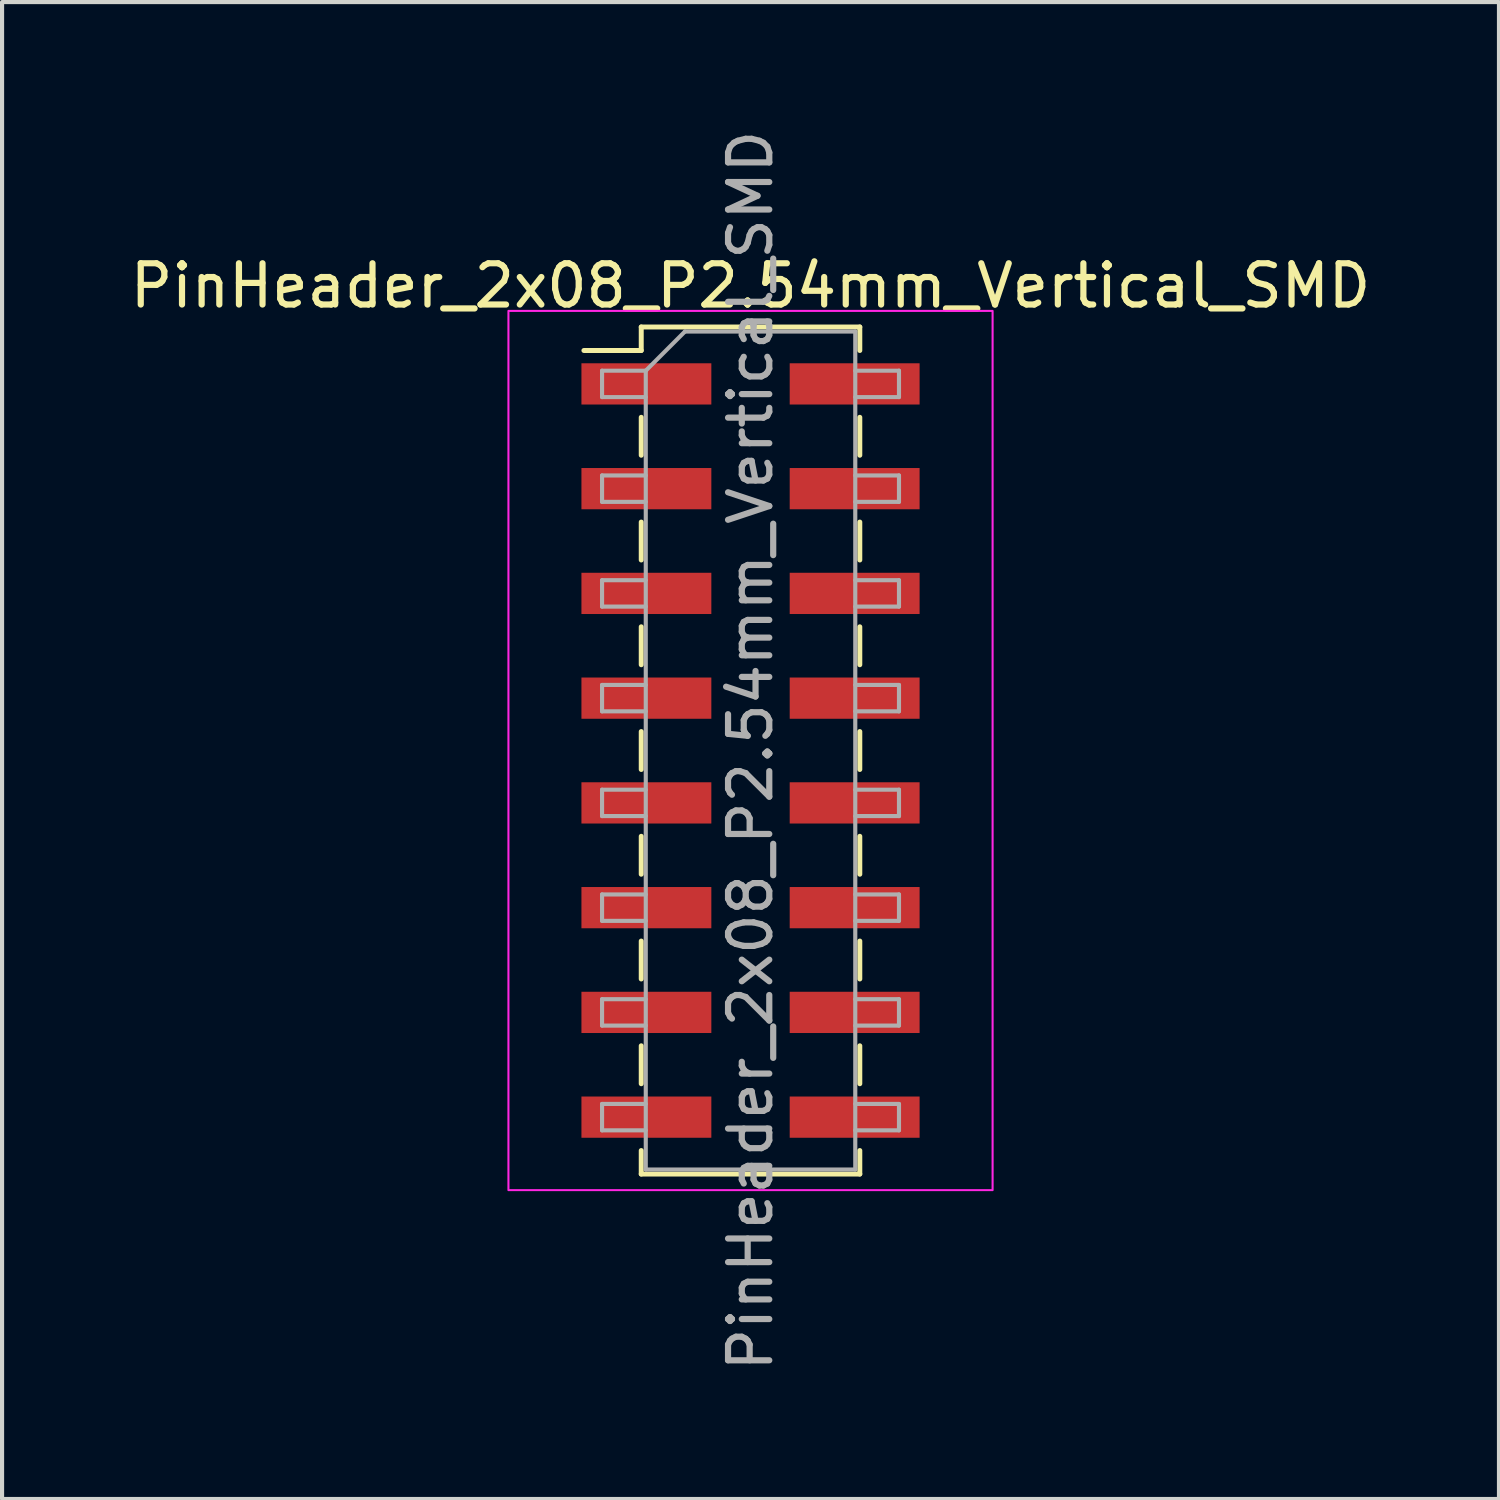
<source format=kicad_pcb>
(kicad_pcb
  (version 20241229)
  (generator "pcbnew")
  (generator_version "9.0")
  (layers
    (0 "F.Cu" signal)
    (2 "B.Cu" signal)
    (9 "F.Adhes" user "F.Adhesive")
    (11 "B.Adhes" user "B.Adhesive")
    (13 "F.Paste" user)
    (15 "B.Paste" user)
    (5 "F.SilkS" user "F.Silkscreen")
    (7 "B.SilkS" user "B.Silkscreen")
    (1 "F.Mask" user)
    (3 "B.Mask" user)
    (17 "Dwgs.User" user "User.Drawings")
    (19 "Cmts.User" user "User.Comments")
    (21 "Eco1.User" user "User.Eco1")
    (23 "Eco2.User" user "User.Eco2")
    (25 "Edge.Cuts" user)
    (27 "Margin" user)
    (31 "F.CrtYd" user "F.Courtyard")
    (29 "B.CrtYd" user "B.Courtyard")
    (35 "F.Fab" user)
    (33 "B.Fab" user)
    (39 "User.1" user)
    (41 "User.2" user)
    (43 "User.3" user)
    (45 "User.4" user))
  (footprint "PinHeader_2x08_P2.54mm_Vertical_SMD"
    (layer "F.Cu")
    (at 15.149 15.149)
    (property "Reference" "PinHeader_2x08_P2.54mm_Vertical_SMD" (at 0 -11.27 0) (layer "F.SilkS") (effects (font (size 1 1) (thickness 0.15))))
    (attr smd)
    (fp_line (start -4.04 -9.7) (end -2.65 -9.7) (stroke (width 0.12) (type solid)) (layer "F.SilkS"))
    (fp_line (start -2.65 -10.27) (end -2.65 -9.7) (stroke (width 0.12) (type solid)) (layer "F.SilkS"))
    (fp_line (start -2.65 -10.27) (end 2.65 -10.27) (stroke (width 0.12) (type solid)) (layer "F.SilkS"))
    (fp_line (start -2.65 -8.08) (end -2.65 -7.16) (stroke (width 0.12) (type solid)) (layer "F.SilkS"))
    (fp_line (start -2.65 -5.54) (end -2.65 -4.62) (stroke (width 0.12) (type solid)) (layer "F.SilkS"))
    (fp_line (start -2.65 -3) (end -2.65 -2.08) (stroke (width 0.12) (type solid)) (layer "F.SilkS"))
    (fp_line (start -2.65 -0.46) (end -2.65 0.46) (stroke (width 0.12) (type solid)) (layer "F.SilkS"))
    (fp_line (start -2.65 2.08) (end -2.65 3) (stroke (width 0.12) (type solid)) (layer "F.SilkS"))
    (fp_line (start -2.65 4.62) (end -2.65 5.54) (stroke (width 0.12) (type solid)) (layer "F.SilkS"))
    (fp_line (start -2.65 7.16) (end -2.65 8.08) (stroke (width 0.12) (type solid)) (layer "F.SilkS"))
    (fp_line (start -2.65 9.7) (end -2.65 10.27) (stroke (width 0.12) (type solid)) (layer "F.SilkS"))
    (fp_line (start -2.65 10.27) (end 2.65 10.27) (stroke (width 0.12) (type solid)) (layer "F.SilkS"))
    (fp_line (start 2.65 -10.27) (end 2.65 -9.7) (stroke (width 0.12) (type solid)) (layer "F.SilkS"))
    (fp_line (start 2.65 -8.08) (end 2.65 -7.16) (stroke (width 0.12) (type solid)) (layer "F.SilkS"))
    (fp_line (start 2.65 -5.54) (end 2.65 -4.62) (stroke (width 0.12) (type solid)) (layer "F.SilkS"))
    (fp_line (start 2.65 -3) (end 2.65 -2.08) (stroke (width 0.12) (type solid)) (layer "F.SilkS"))
    (fp_line (start 2.65 -0.46) (end 2.65 0.46) (stroke (width 0.12) (type solid)) (layer "F.SilkS"))
    (fp_line (start 2.65 2.08) (end 2.65 3) (stroke (width 0.12) (type solid)) (layer "F.SilkS"))
    (fp_line (start 2.65 4.62) (end 2.65 5.54) (stroke (width 0.12) (type solid)) (layer "F.SilkS"))
    (fp_line (start 2.65 7.16) (end 2.65 8.08) (stroke (width 0.12) (type solid)) (layer "F.SilkS"))
    (fp_line (start 2.65 9.7) (end 2.65 10.27) (stroke (width 0.12) (type solid)) (layer "F.SilkS"))
    (fp_rect (start -5.87 -10.66) (end 5.87 10.66) (stroke (width 0.05) (type solid)) (fill no) (layer "F.CrtYd"))
    (fp_line (start -3.6 -9.21) (end -3.6 -8.57) (stroke (width 0.1) (type solid)) (layer "F.Fab"))
    (fp_line (start -3.6 -8.57) (end -2.54 -8.57) (stroke (width 0.1) (type solid)) (layer "F.Fab"))
    (fp_line (start -3.6 -6.67) (end -3.6 -6.03) (stroke (width 0.1) (type solid)) (layer "F.Fab"))
    (fp_line (start -3.6 -6.03) (end -2.54 -6.03) (stroke (width 0.1) (type solid)) (layer "F.Fab"))
    (fp_line (start -3.6 -4.13) (end -3.6 -3.49) (stroke (width 0.1) (type solid)) (layer "F.Fab"))
    (fp_line (start -3.6 -3.49) (end -2.54 -3.49) (stroke (width 0.1) (type solid)) (layer "F.Fab"))
    (fp_line (start -3.6 -1.59) (end -3.6 -0.95) (stroke (width 0.1) (type solid)) (layer "F.Fab"))
    (fp_line (start -3.6 -0.95) (end -2.54 -0.95) (stroke (width 0.1) (type solid)) (layer "F.Fab"))
    (fp_line (start -3.6 0.95) (end -3.6 1.59) (stroke (width 0.1) (type solid)) (layer "F.Fab"))
    (fp_line (start -3.6 1.59) (end -2.54 1.59) (stroke (width 0.1) (type solid)) (layer "F.Fab"))
    (fp_line (start -3.6 3.49) (end -3.6 4.13) (stroke (width 0.1) (type solid)) (layer "F.Fab"))
    (fp_line (start -3.6 4.13) (end -2.54 4.13) (stroke (width 0.1) (type solid)) (layer "F.Fab"))
    (fp_line (start -3.6 6.03) (end -3.6 6.67) (stroke (width 0.1) (type solid)) (layer "F.Fab"))
    (fp_line (start -3.6 6.67) (end -2.54 6.67) (stroke (width 0.1) (type solid)) (layer "F.Fab"))
    (fp_line (start -3.6 8.57) (end -3.6 9.21) (stroke (width 0.1) (type solid)) (layer "F.Fab"))
    (fp_line (start -3.6 9.21) (end -2.54 9.21) (stroke (width 0.1) (type solid)) (layer "F.Fab"))
    (fp_line (start -2.54 -9.21) (end -3.6 -9.21) (stroke (width 0.1) (type solid)) (layer "F.Fab"))
    (fp_line (start -2.54 -9.21) (end -1.59 -10.16) (stroke (width 0.1) (type solid)) (layer "F.Fab"))
    (fp_line (start -2.54 -6.67) (end -3.6 -6.67) (stroke (width 0.1) (type solid)) (layer "F.Fab"))
    (fp_line (start -2.54 -4.13) (end -3.6 -4.13) (stroke (width 0.1) (type solid)) (layer "F.Fab"))
    (fp_line (start -2.54 -1.59) (end -3.6 -1.59) (stroke (width 0.1) (type solid)) (layer "F.Fab"))
    (fp_line (start -2.54 0.95) (end -3.6 0.95) (stroke (width 0.1) (type solid)) (layer "F.Fab"))
    (fp_line (start -2.54 3.49) (end -3.6 3.49) (stroke (width 0.1) (type solid)) (layer "F.Fab"))
    (fp_line (start -2.54 6.03) (end -3.6 6.03) (stroke (width 0.1) (type solid)) (layer "F.Fab"))
    (fp_line (start -2.54 8.57) (end -3.6 8.57) (stroke (width 0.1) (type solid)) (layer "F.Fab"))
    (fp_line (start -2.54 10.16) (end -2.54 -9.21) (stroke (width 0.1) (type solid)) (layer "F.Fab"))
    (fp_line (start -1.59 -10.16) (end 2.54 -10.16) (stroke (width 0.1) (type solid)) (layer "F.Fab"))
    (fp_line (start 2.54 -10.16) (end 2.54 10.16) (stroke (width 0.1) (type solid)) (layer "F.Fab"))
    (fp_line (start 2.54 -9.21) (end 3.6 -9.21) (stroke (width 0.1) (type solid)) (layer "F.Fab"))
    (fp_line (start 2.54 -6.67) (end 3.6 -6.67) (stroke (width 0.1) (type solid)) (layer "F.Fab"))
    (fp_line (start 2.54 -4.13) (end 3.6 -4.13) (stroke (width 0.1) (type solid)) (layer "F.Fab"))
    (fp_line (start 2.54 -1.59) (end 3.6 -1.59) (stroke (width 0.1) (type solid)) (layer "F.Fab"))
    (fp_line (start 2.54 0.95) (end 3.6 0.95) (stroke (width 0.1) (type solid)) (layer "F.Fab"))
    (fp_line (start 2.54 3.49) (end 3.6 3.49) (stroke (width 0.1) (type solid)) (layer "F.Fab"))
    (fp_line (start 2.54 6.03) (end 3.6 6.03) (stroke (width 0.1) (type solid)) (layer "F.Fab"))
    (fp_line (start 2.54 8.57) (end 3.6 8.57) (stroke (width 0.1) (type solid)) (layer "F.Fab"))
    (fp_line (start 2.54 10.16) (end -2.54 10.16) (stroke (width 0.1) (type solid)) (layer "F.Fab"))
    (fp_line (start 3.6 -9.21) (end 3.6 -8.57) (stroke (width 0.1) (type solid)) (layer "F.Fab"))
    (fp_line (start 3.6 -8.57) (end 2.54 -8.57) (stroke (width 0.1) (type solid)) (layer "F.Fab"))
    (fp_line (start 3.6 -6.67) (end 3.6 -6.03) (stroke (width 0.1) (type solid)) (layer "F.Fab"))
    (fp_line (start 3.6 -6.03) (end 2.54 -6.03) (stroke (width 0.1) (type solid)) (layer "F.Fab"))
    (fp_line (start 3.6 -4.13) (end 3.6 -3.49) (stroke (width 0.1) (type solid)) (layer "F.Fab"))
    (fp_line (start 3.6 -3.49) (end 2.54 -3.49) (stroke (width 0.1) (type solid)) (layer "F.Fab"))
    (fp_line (start 3.6 -1.59) (end 3.6 -0.95) (stroke (width 0.1) (type solid)) (layer "F.Fab"))
    (fp_line (start 3.6 -0.95) (end 2.54 -0.95) (stroke (width 0.1) (type solid)) (layer "F.Fab"))
    (fp_line (start 3.6 0.95) (end 3.6 1.59) (stroke (width 0.1) (type solid)) (layer "F.Fab"))
    (fp_line (start 3.6 1.59) (end 2.54 1.59) (stroke (width 0.1) (type solid)) (layer "F.Fab"))
    (fp_line (start 3.6 3.49) (end 3.6 4.13) (stroke (width 0.1) (type solid)) (layer "F.Fab"))
    (fp_line (start 3.6 4.13) (end 2.54 4.13) (stroke (width 0.1) (type solid)) (layer "F.Fab"))
    (fp_line (start 3.6 6.03) (end 3.6 6.67) (stroke (width 0.1) (type solid)) (layer "F.Fab"))
    (fp_line (start 3.6 6.67) (end 2.54 6.67) (stroke (width 0.1) (type solid)) (layer "F.Fab"))
    (fp_line (start 3.6 8.57) (end 3.6 9.21) (stroke (width 0.1) (type solid)) (layer "F.Fab"))
    (fp_line (start 3.6 9.21) (end 2.54 9.21) (stroke (width 0.1) (type solid)) (layer "F.Fab"))
    (fp_text user "${REFERENCE}" (at 0 0 90) (layer "F.Fab") (effects (font (size 1 1) (thickness 0.15))))
    (pad "1" smd rect (at -2.525 -8.89) (size 3.15 1) (layers "F.Cu" "F.Mask" "F.Paste"))
    (pad "2" smd rect (at 2.525 -8.89) (size 3.15 1) (layers "F.Cu" "F.Mask" "F.Paste"))
    (pad "3" smd rect (at -2.525 -6.35) (size 3.15 1) (layers "F.Cu" "F.Mask" "F.Paste"))
    (pad "4" smd rect (at 2.525 -6.35) (size 3.15 1) (layers "F.Cu" "F.Mask" "F.Paste"))
    (pad "5" smd rect (at -2.525 -3.81) (size 3.15 1) (layers "F.Cu" "F.Mask" "F.Paste"))
    (pad "6" smd rect (at 2.525 -3.81) (size 3.15 1) (layers "F.Cu" "F.Mask" "F.Paste"))
    (pad "7" smd rect (at -2.525 -1.27) (size 3.15 1) (layers "F.Cu" "F.Mask" "F.Paste"))
    (pad "8" smd rect (at 2.525 -1.27) (size 3.15 1) (layers "F.Cu" "F.Mask" "F.Paste"))
    (pad "9" smd rect (at -2.525 1.27) (size 3.15 1) (layers "F.Cu" "F.Mask" "F.Paste"))
    (pad "10" smd rect (at 2.525 1.27) (size 3.15 1) (layers "F.Cu" "F.Mask" "F.Paste"))
    (pad "11" smd rect (at -2.525 3.81) (size 3.15 1) (layers "F.Cu" "F.Mask" "F.Paste"))
    (pad "12" smd rect (at 2.525 3.81) (size 3.15 1) (layers "F.Cu" "F.Mask" "F.Paste"))
    (pad "13" smd rect (at -2.525 6.35) (size 3.15 1) (layers "F.Cu" "F.Mask" "F.Paste"))
    (pad "14" smd rect (at 2.525 6.35) (size 3.15 1) (layers "F.Cu" "F.Mask" "F.Paste"))
    (pad "15" smd rect (at -2.525 8.89) (size 3.15 1) (layers "F.Cu" "F.Mask" "F.Paste"))
    (pad "16" smd rect (at 2.525 8.89) (size 3.15 1) (layers "F.Cu" "F.Mask" "F.Paste")))
  (gr_rect
    (start -3 -3)
    (end 33.298 33.298)
    (stroke (width 0.1) (type default))
    (fill no)
    (layer "Edge.Cuts")))
</source>
